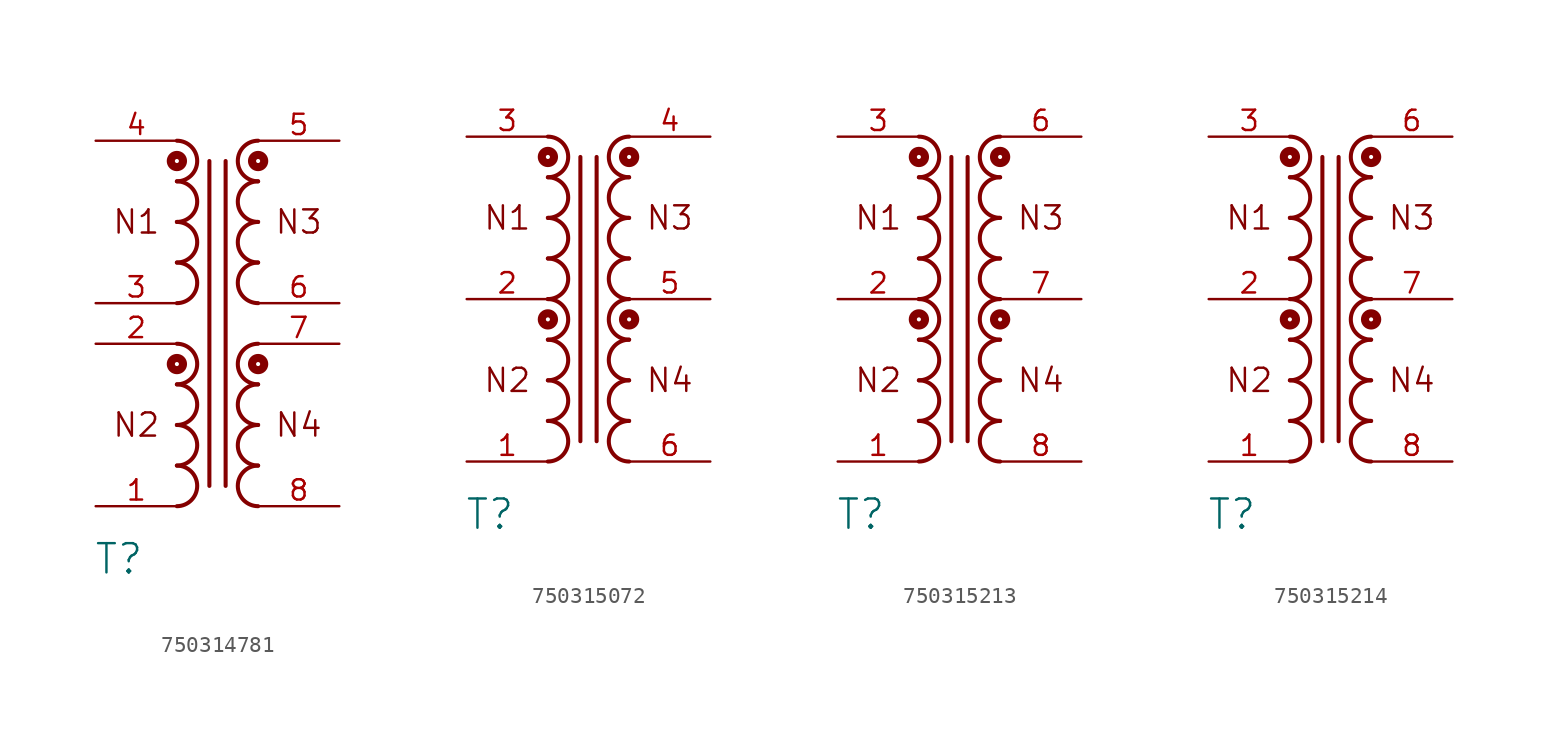
<source format=kicad_sym>
(kicad_symbol_lib
  (version 20231120)
  (generator "kicad_symbol_editor")
  (generator_version "8.0")
  (symbol "750314781"
    (property "Reference" "T"
      (at 1.457 -26.162 0)
      (effects (font (size 1.829 1.829))))
    (symbol "750314781_1_0"
      (polyline (pts (xy 7.112 -1.27) (xy 7.112 -21.59)) (stroke (width 0.254) (type solid)) (fill (type none)))
      (polyline (pts (xy 8.128 -1.27) (xy 8.128 -21.59)) (stroke (width 0.254) (type solid)) (fill (type none)))
      (arc (start 5.08 -22.86) (mid 6.35 -21.59) (end 5.08 -20.32) (stroke (width 0.254) (type solid)) (fill (type none)))
      (arc (start 5.08 -20.32) (mid 6.35 -19.05) (end 5.08 -17.78) (stroke (width 0.254) (type solid)) (fill (type none)))
      (arc (start 5.08 -17.78) (mid 6.35 -16.51) (end 5.08 -15.24) (stroke (width 0.254) (type solid)) (fill (type none)))
      (arc (start 5.08 -15.24) (mid 6.35 -13.97) (end 5.08 -12.7) (stroke (width 0.254) (type solid)) (fill (type none)))
      (circle (center 5.08 -13.97) (radius 0.127) (stroke (width 0.508) (type solid)) (fill (type none)))
      (arc (start 5.08 -10.16) (mid 6.35 -8.89) (end 5.08 -7.62) (stroke (width 0.254) (type solid)) (fill (type none)))
      (arc (start 5.08 -7.62) (mid 6.35 -6.35) (end 5.08 -5.08) (stroke (width 0.254) (type solid)) (fill (type none)))
      (arc (start 5.08 -5.08) (mid 6.35 -3.81) (end 5.08 -2.54) (stroke (width 0.254) (type solid)) (fill (type none)))
      (arc (start 5.08 -2.54) (mid 6.35 -1.27) (end 5.08 0) (stroke (width 0.254) (type solid)) (fill (type none)))
      (circle (center 5.08 -1.27) (radius 0.127) (stroke (width 0.508) (type solid)) (fill (type none)))
      (arc (start 10.16 -20.32) (mid 8.89 -21.59) (end 10.16 -22.86) (stroke (width 0.254) (type solid)) (fill (type none)))
      (arc (start 10.16 -17.78) (mid 8.89 -19.05) (end 10.16 -20.32) (stroke (width 0.254) (type solid)) (fill (type none)))
      (arc (start 10.16 -15.24) (mid 8.89 -16.51) (end 10.16 -17.78) (stroke (width 0.254) (type solid)) (fill (type none)))
      (circle (center 10.16 -13.97) (radius 0.127) (stroke (width 0.508) (type solid)) (fill (type none)))
      (arc (start 10.16 -12.7) (mid 8.89 -13.97) (end 10.16 -15.24) (stroke (width 0.254) (type solid)) (fill (type none)))
      (arc (start 10.16 -7.62) (mid 8.89 -8.89) (end 10.16 -10.16) (stroke (width 0.254) (type solid)) (fill (type none)))
      (arc (start 10.16 -5.08) (mid 8.89 -6.35) (end 10.16 -7.62) (stroke (width 0.254) (type solid)) (fill (type none)))
      (arc (start 10.16 -2.54) (mid 8.89 -3.81) (end 10.16 -5.08) (stroke (width 0.254) (type solid)) (fill (type none)))
      (circle (center 10.16 -1.27) (radius 0.127) (stroke (width 0.508) (type solid)) (fill (type none)))
      (arc (start 10.16 0) (mid 8.89 -1.27) (end 10.16 -2.54) (stroke (width 0.254) (type solid)) (fill (type none)))
      (text "N1" (at 2.54 -5.08 0) (effects (font (size 1.448 1.448))))
      (text "N2" (at 2.54 -17.78 0) (effects (font (size 1.448 1.448))))
      (text "N3" (at 12.7 -5.08 0) (effects (font (size 1.448 1.448))))
      (text "N4" (at 12.7 -17.78 0) (effects (font (size 1.448 1.448))))
      (pin passive line (at 0 -22.86 0) (length 5.08) (name "1" (effects (font (size 0 0)))) (number "1" (effects (font (size 1.27 1.27)))))
      (pin passive line (at 0 -12.7 0) (length 5.08) (name "2" (effects (font (size 0 0)))) (number "2" (effects (font (size 1.27 1.27)))))
      (pin passive line (at 0 -10.16 0) (length 5.08) (name "3" (effects (font (size 0 0)))) (number "3" (effects (font (size 1.27 1.27)))))
      (pin passive line (at 0 0 0) (length 5.08) (name "4" (effects (font (size 0 0)))) (number "4" (effects (font (size 1.27 1.27)))))
      (pin passive line (at 15.24 0 180) (length 5.08) (name "5" (effects (font (size 0 0)))) (number "5" (effects (font (size 1.27 1.27)))))
      (pin passive line (at 15.24 -10.16 180) (length 5.08) (name "6" (effects (font (size 0 0)))) (number "6" (effects (font (size 1.27 1.27)))))
      (pin passive line (at 15.24 -12.7 180) (length 5.08) (name "7" (effects (font (size 0 0)))) (number "7" (effects (font (size 1.27 1.27)))))
      (pin passive line (at 15.24 -22.86 180) (length 5.08) (name "8" (effects (font (size 0 0)))) (number "8" (effects (font (size 1.27 1.27)))))))
  (symbol "750315072"
    (property "Reference" "T"
      (at 1.457 -23.622 0)
      (effects (font (size 1.829 1.829))))
    (symbol "750315072_1_0"
      (polyline (pts (xy 7.112 -1.27) (xy 7.112 -19.05)) (stroke (width 0.254) (type solid)) (fill (type none)))
      (polyline (pts (xy 8.128 -1.27) (xy 8.128 -19.05)) (stroke (width 0.254) (type solid)) (fill (type none)))
      (arc (start 5.08 -20.32) (mid 6.35 -19.05) (end 5.08 -17.78) (stroke (width 0.254) (type solid)) (fill (type none)))
      (arc (start 5.08 -17.78) (mid 6.35 -16.51) (end 5.08 -15.24) (stroke (width 0.254) (type solid)) (fill (type none)))
      (arc (start 5.08 -15.24) (mid 6.35 -13.97) (end 5.08 -12.7) (stroke (width 0.254) (type solid)) (fill (type none)))
      (arc (start 5.08 -12.7) (mid 6.35 -11.43) (end 5.08 -10.16) (stroke (width 0.254) (type solid)) (fill (type none)))
      (circle (center 5.08 -11.43) (radius 0.127) (stroke (width 0.508) (type solid)) (fill (type none)))
      (arc (start 5.08 -10.16) (mid 6.35 -8.89) (end 5.08 -7.62) (stroke (width 0.254) (type solid)) (fill (type none)))
      (arc (start 5.08 -7.62) (mid 6.35 -6.35) (end 5.08 -5.08) (stroke (width 0.254) (type solid)) (fill (type none)))
      (arc (start 5.08 -5.08) (mid 6.35 -3.81) (end 5.08 -2.54) (stroke (width 0.254) (type solid)) (fill (type none)))
      (arc (start 5.08 -2.54) (mid 6.35 -1.27) (end 5.08 0) (stroke (width 0.254) (type solid)) (fill (type none)))
      (circle (center 5.08 -1.27) (radius 0.127) (stroke (width 0.508) (type solid)) (fill (type none)))
      (arc (start 10.16 -17.78) (mid 8.89 -19.05) (end 10.16 -20.32) (stroke (width 0.254) (type solid)) (fill (type none)))
      (arc (start 10.16 -15.24) (mid 8.89 -16.51) (end 10.16 -17.78) (stroke (width 0.254) (type solid)) (fill (type none)))
      (arc (start 10.16 -12.7) (mid 8.89 -13.97) (end 10.16 -15.24) (stroke (width 0.254) (type solid)) (fill (type none)))
      (circle (center 10.16 -11.43) (radius 0.127) (stroke (width 0.508) (type solid)) (fill (type none)))
      (arc (start 10.16 -10.16) (mid 8.89 -11.43) (end 10.16 -12.7) (stroke (width 0.254) (type solid)) (fill (type none)))
      (arc (start 10.16 -7.62) (mid 8.89 -8.89) (end 10.16 -10.16) (stroke (width 0.254) (type solid)) (fill (type none)))
      (arc (start 10.16 -5.08) (mid 8.89 -6.35) (end 10.16 -7.62) (stroke (width 0.254) (type solid)) (fill (type none)))
      (arc (start 10.16 -2.54) (mid 8.89 -3.81) (end 10.16 -5.08) (stroke (width 0.254) (type solid)) (fill (type none)))
      (circle (center 10.16 -1.27) (radius 0.127) (stroke (width 0.508) (type solid)) (fill (type none)))
      (arc (start 10.16 0) (mid 8.89 -1.27) (end 10.16 -2.54) (stroke (width 0.254) (type solid)) (fill (type none)))
      (text "N1" (at 2.54 -5.08 0) (effects (font (size 1.448 1.448))))
      (text "N2" (at 2.54 -15.24 0) (effects (font (size 1.448 1.448))))
      (text "N3" (at 12.7 -5.08 0) (effects (font (size 1.448 1.448))))
      (text "N4" (at 12.7 -15.24 0) (effects (font (size 1.448 1.448))))
      (pin passive line (at 0 -20.32 0) (length 5.08) (name "1" (effects (font (size 0 0)))) (number "1" (effects (font (size 1.27 1.27)))))
      (pin passive line (at 0 -10.16 0) (length 5.08) (name "2" (effects (font (size 0 0)))) (number "2" (effects (font (size 1.27 1.27)))))
      (pin passive line (at 0 0 0) (length 5.08) (name "3" (effects (font (size 0 0)))) (number "3" (effects (font (size 1.27 1.27)))))
      (pin passive line (at 15.24 0 180) (length 5.08) (name "4" (effects (font (size 0 0)))) (number "4" (effects (font (size 1.27 1.27)))))
      (pin passive line (at 15.24 -10.16 180) (length 5.08) (name "5" (effects (font (size 0 0)))) (number "5" (effects (font (size 1.27 1.27)))))
      (pin passive line (at 15.24 -20.32 180) (length 5.08) (name "6" (effects (font (size 0 0)))) (number "6" (effects (font (size 1.27 1.27)))))))
  (symbol "750315213"
    (property "Reference" "T"
      (at 1.457 -23.622 0)
      (effects (font (size 1.829 1.829))))
    (symbol "750315213_1_0"
      (polyline (pts (xy 7.112 -1.27) (xy 7.112 -19.05)) (stroke (width 0.254) (type solid)) (fill (type none)))
      (polyline (pts (xy 8.128 -1.27) (xy 8.128 -19.05)) (stroke (width 0.254) (type solid)) (fill (type none)))
      (arc (start 5.08 -20.32) (mid 6.35 -19.05) (end 5.08 -17.78) (stroke (width 0.254) (type solid)) (fill (type none)))
      (arc (start 5.08 -17.78) (mid 6.35 -16.51) (end 5.08 -15.24) (stroke (width 0.254) (type solid)) (fill (type none)))
      (arc (start 5.08 -15.24) (mid 6.35 -13.97) (end 5.08 -12.7) (stroke (width 0.254) (type solid)) (fill (type none)))
      (arc (start 5.08 -12.7) (mid 6.35 -11.43) (end 5.08 -10.16) (stroke (width 0.254) (type solid)) (fill (type none)))
      (circle (center 5.08 -11.43) (radius 0.127) (stroke (width 0.508) (type solid)) (fill (type none)))
      (arc (start 5.08 -10.16) (mid 6.35 -8.89) (end 5.08 -7.62) (stroke (width 0.254) (type solid)) (fill (type none)))
      (arc (start 5.08 -7.62) (mid 6.35 -6.35) (end 5.08 -5.08) (stroke (width 0.254) (type solid)) (fill (type none)))
      (arc (start 5.08 -5.08) (mid 6.35 -3.81) (end 5.08 -2.54) (stroke (width 0.254) (type solid)) (fill (type none)))
      (arc (start 5.08 -2.54) (mid 6.35 -1.27) (end 5.08 0) (stroke (width 0.254) (type solid)) (fill (type none)))
      (circle (center 5.08 -1.27) (radius 0.127) (stroke (width 0.508) (type solid)) (fill (type none)))
      (arc (start 10.16 -17.78) (mid 8.89 -19.05) (end 10.16 -20.32) (stroke (width 0.254) (type solid)) (fill (type none)))
      (arc (start 10.16 -15.24) (mid 8.89 -16.51) (end 10.16 -17.78) (stroke (width 0.254) (type solid)) (fill (type none)))
      (arc (start 10.16 -12.7) (mid 8.89 -13.97) (end 10.16 -15.24) (stroke (width 0.254) (type solid)) (fill (type none)))
      (circle (center 10.16 -11.43) (radius 0.127) (stroke (width 0.508) (type solid)) (fill (type none)))
      (arc (start 10.16 -10.16) (mid 8.89 -11.43) (end 10.16 -12.7) (stroke (width 0.254) (type solid)) (fill (type none)))
      (arc (start 10.16 -7.62) (mid 8.89 -8.89) (end 10.16 -10.16) (stroke (width 0.254) (type solid)) (fill (type none)))
      (arc (start 10.16 -5.08) (mid 8.89 -6.35) (end 10.16 -7.62) (stroke (width 0.254) (type solid)) (fill (type none)))
      (arc (start 10.16 -2.54) (mid 8.89 -3.81) (end 10.16 -5.08) (stroke (width 0.254) (type solid)) (fill (type none)))
      (circle (center 10.16 -1.27) (radius 0.127) (stroke (width 0.508) (type solid)) (fill (type none)))
      (arc (start 10.16 0) (mid 8.89 -1.27) (end 10.16 -2.54) (stroke (width 0.254) (type solid)) (fill (type none)))
      (text "N1" (at 2.54 -5.08 0) (effects (font (size 1.448 1.448))))
      (text "N2" (at 2.54 -15.24 0) (effects (font (size 1.448 1.448))))
      (text "N3" (at 12.7 -5.08 0) (effects (font (size 1.448 1.448))))
      (text "N4" (at 12.7 -15.24 0) (effects (font (size 1.448 1.448))))
      (pin passive line (at 0 -20.32 0) (length 5.08) (name "1" (effects (font (size 0 0)))) (number "1" (effects (font (size 1.27 1.27)))))
      (pin passive line (at 0 -10.16 0) (length 5.08) (name "2" (effects (font (size 0 0)))) (number "2" (effects (font (size 1.27 1.27)))))
      (pin passive line (at 0 0 0) (length 5.08) (name "3" (effects (font (size 0 0)))) (number "3" (effects (font (size 1.27 1.27)))))
      (pin passive line (at 15.24 0 180) (length 5.08) (name "6" (effects (font (size 0 0)))) (number "6" (effects (font (size 1.27 1.27)))))
      (pin passive line (at 15.24 -10.16 180) (length 5.08) (name "7" (effects (font (size 0 0)))) (number "7" (effects (font (size 1.27 1.27)))))
      (pin passive line (at 15.24 -20.32 180) (length 5.08) (name "8" (effects (font (size 0 0)))) (number "8" (effects (font (size 1.27 1.27)))))))
  (symbol "750315214"
    (property "Reference" "T"
      (at 1.457 -23.622 0)
      (effects (font (size 1.829 1.829))))
    (symbol "750315214_1_0"
      (polyline (pts (xy 7.112 -1.27) (xy 7.112 -19.05)) (stroke (width 0.254) (type solid)) (fill (type none)))
      (polyline (pts (xy 8.128 -1.27) (xy 8.128 -19.05)) (stroke (width 0.254) (type solid)) (fill (type none)))
      (arc (start 5.08 -20.32) (mid 6.35 -19.05) (end 5.08 -17.78) (stroke (width 0.254) (type solid)) (fill (type none)))
      (arc (start 5.08 -17.78) (mid 6.35 -16.51) (end 5.08 -15.24) (stroke (width 0.254) (type solid)) (fill (type none)))
      (arc (start 5.08 -15.24) (mid 6.35 -13.97) (end 5.08 -12.7) (stroke (width 0.254) (type solid)) (fill (type none)))
      (arc (start 5.08 -12.7) (mid 6.35 -11.43) (end 5.08 -10.16) (stroke (width 0.254) (type solid)) (fill (type none)))
      (circle (center 5.08 -11.43) (radius 0.127) (stroke (width 0.508) (type solid)) (fill (type none)))
      (arc (start 5.08 -10.16) (mid 6.35 -8.89) (end 5.08 -7.62) (stroke (width 0.254) (type solid)) (fill (type none)))
      (arc (start 5.08 -7.62) (mid 6.35 -6.35) (end 5.08 -5.08) (stroke (width 0.254) (type solid)) (fill (type none)))
      (arc (start 5.08 -5.08) (mid 6.35 -3.81) (end 5.08 -2.54) (stroke (width 0.254) (type solid)) (fill (type none)))
      (arc (start 5.08 -2.54) (mid 6.35 -1.27) (end 5.08 0) (stroke (width 0.254) (type solid)) (fill (type none)))
      (circle (center 5.08 -1.27) (radius 0.127) (stroke (width 0.508) (type solid)) (fill (type none)))
      (arc (start 10.16 -17.78) (mid 8.89 -19.05) (end 10.16 -20.32) (stroke (width 0.254) (type solid)) (fill (type none)))
      (arc (start 10.16 -15.24) (mid 8.89 -16.51) (end 10.16 -17.78) (stroke (width 0.254) (type solid)) (fill (type none)))
      (arc (start 10.16 -12.7) (mid 8.89 -13.97) (end 10.16 -15.24) (stroke (width 0.254) (type solid)) (fill (type none)))
      (circle (center 10.16 -11.43) (radius 0.127) (stroke (width 0.508) (type solid)) (fill (type none)))
      (arc (start 10.16 -10.16) (mid 8.89 -11.43) (end 10.16 -12.7) (stroke (width 0.254) (type solid)) (fill (type none)))
      (arc (start 10.16 -7.62) (mid 8.89 -8.89) (end 10.16 -10.16) (stroke (width 0.254) (type solid)) (fill (type none)))
      (arc (start 10.16 -5.08) (mid 8.89 -6.35) (end 10.16 -7.62) (stroke (width 0.254) (type solid)) (fill (type none)))
      (arc (start 10.16 -2.54) (mid 8.89 -3.81) (end 10.16 -5.08) (stroke (width 0.254) (type solid)) (fill (type none)))
      (circle (center 10.16 -1.27) (radius 0.127) (stroke (width 0.508) (type solid)) (fill (type none)))
      (arc (start 10.16 0) (mid 8.89 -1.27) (end 10.16 -2.54) (stroke (width 0.254) (type solid)) (fill (type none)))
      (text "N1" (at 2.54 -5.08 0) (effects (font (size 1.448 1.448))))
      (text "N2" (at 2.54 -15.24 0) (effects (font (size 1.448 1.448))))
      (text "N3" (at 12.7 -5.08 0) (effects (font (size 1.448 1.448))))
      (text "N4" (at 12.7 -15.24 0) (effects (font (size 1.448 1.448))))
      (pin passive line (at 0 -20.32 0) (length 5.08) (name "1" (effects (font (size 0 0)))) (number "1" (effects (font (size 1.27 1.27)))))
      (pin passive line (at 0 -10.16 0) (length 5.08) (name "2" (effects (font (size 0 0)))) (number "2" (effects (font (size 1.27 1.27)))))
      (pin passive line (at 0 0 0) (length 5.08) (name "3" (effects (font (size 0 0)))) (number "3" (effects (font (size 1.27 1.27)))))
      (pin passive line (at 15.24 0 180) (length 5.08) (name "6" (effects (font (size 0 0)))) (number "6" (effects (font (size 1.27 1.27)))))
      (pin passive line (at 15.24 -10.16 180) (length 5.08) (name "7" (effects (font (size 0 0)))) (number "7" (effects (font (size 1.27 1.27)))))
      (pin passive line (at 15.24 -20.32 180) (length 5.08) (name "8" (effects (font (size 0 0)))) (number "8" (effects (font (size 1.27 1.27))))))))
</source>
